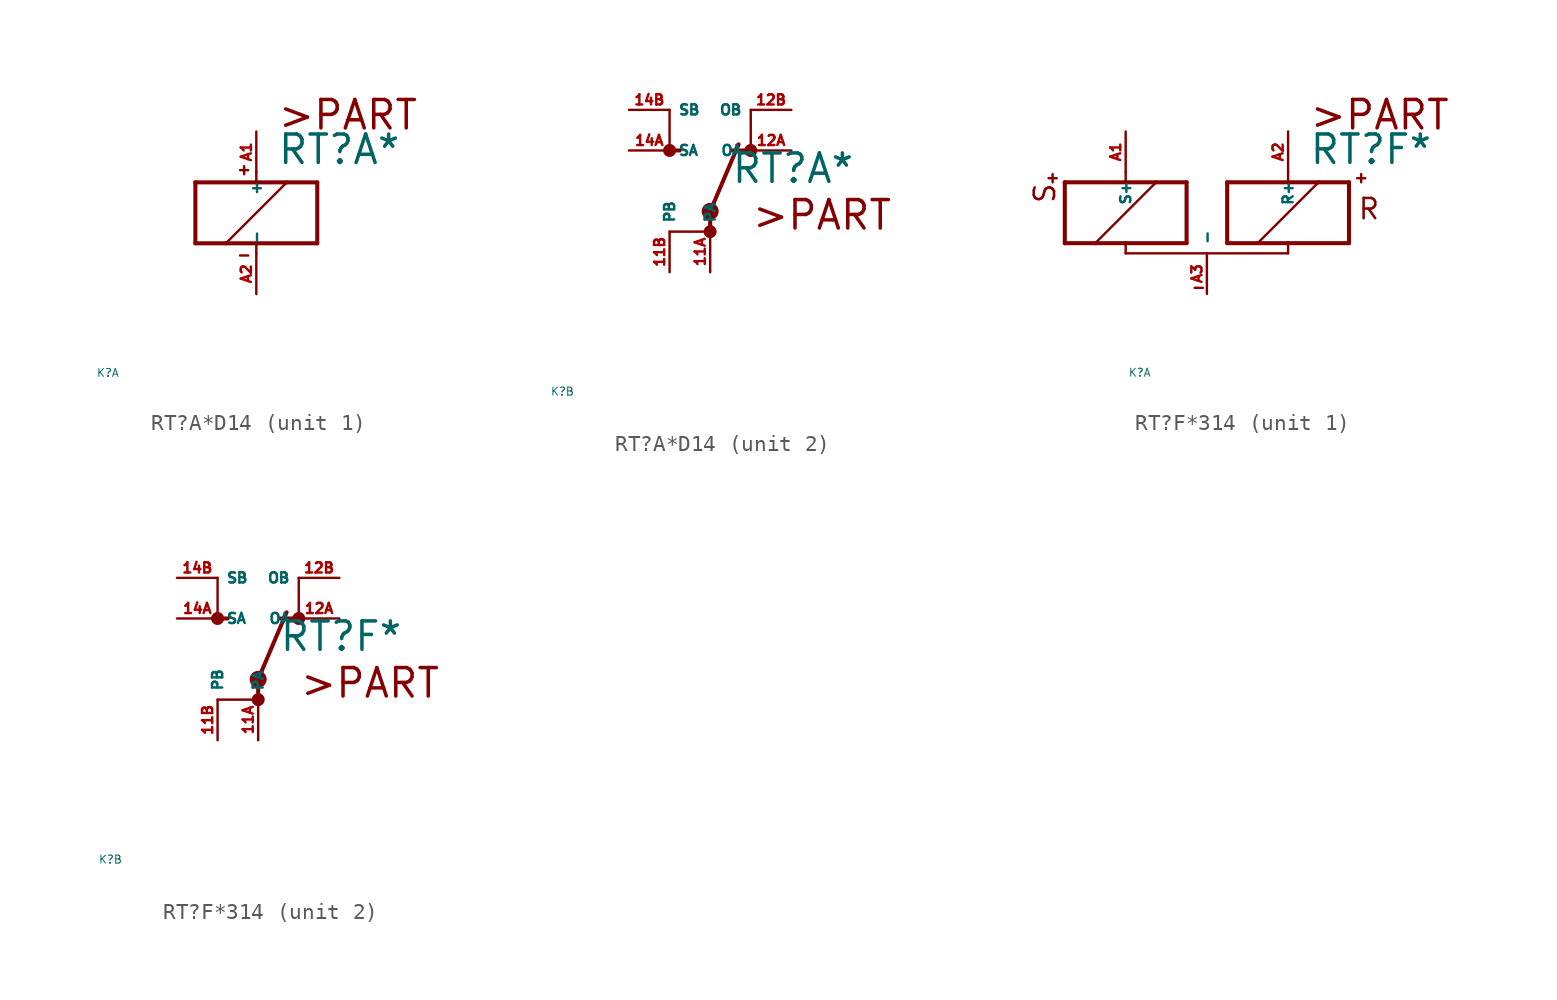
<source format=kicad_sym>
(kicad_symbol_lib
  (version 20220914)
  (generator Eagle2Kicad)
  (symbol "RT?A*D14"
    (property "Reference" "K"
      (at -10 -10 0)
      (effects (font (size 0.5 0.5) (thickness 0.06)) (justify left)))
    (property "Value" "RT?A*"
      (at 1.27 2.921 0)
      (effects (font (size 1.778 1.778) (thickness 0.22)) (justify left bottom)))
    (symbol "RT?A*D14_1_0"
      (polyline (pts (xy -3.81 -1.905) (xy -1.905 -1.905)) (stroke (width 0.254) (type default)) (fill (type none)))
      (polyline (pts (xy 3.81 -1.905) (xy 3.81 1.905)) (stroke (width 0.254) (type default)) (fill (type none)))
      (polyline (pts (xy 3.81 1.905) (xy 1.905 1.905)) (stroke (width 0.254) (type default)) (fill (type none)))
      (polyline (pts (xy -3.81 1.905) (xy -3.81 -1.905)) (stroke (width 0.254) (type default)) (fill (type none)))
      (polyline (pts (xy 0 -2.54) (xy 0 -1.905)) (stroke (width 0.152) (type default)) (fill (type none)))
      (polyline (pts (xy 0 -1.905) (xy 3.81 -1.905)) (stroke (width 0.254) (type default)) (fill (type none)))
      (polyline (pts (xy 0 2.54) (xy 0 1.905)) (stroke (width 0.152) (type default)) (fill (type none)))
      (polyline (pts (xy 0 1.905) (xy -3.81 1.905)) (stroke (width 0.254) (type default)) (fill (type none)))
      (polyline (pts (xy -1.905 -1.905) (xy 1.905 1.905)) (stroke (width 0.152) (type default)) (fill (type none)))
      (polyline (pts (xy -1.905 -1.905) (xy 0 -1.905)) (stroke (width 0.254) (type default)) (fill (type none)))
      (polyline (pts (xy 1.905 1.905) (xy 0 1.905)) (stroke (width 0.254) (type default)) (fill (type none)))
      (polyline (pts (xy -1.016 2.667) (xy -0.508 2.667)) (stroke (width 0.152) (type default)) (fill (type none)))
      (polyline (pts (xy -0.762 2.921) (xy -0.762 2.413)) (stroke (width 0.152) (type default)) (fill (type none)))
      (polyline (pts (xy -1.016 -2.667) (xy -0.508 -2.667)) (stroke (width 0.152) (type default)) (fill (type none)))
      (text ">PART" (at 1.27 5.08 0) (effects (font (size 1.778 1.778) (thickness 0.22)) (justify left bottom)))
      (pin passive line (at 0 -5.08 90) (length 2.54) (name "-" (effects (font (size 0.635 0.635) (thickness 0.08)) (justify left bottom))) (number "A2" (effects (font (size 0.635 0.635) (thickness 0.08)) (justify left bottom))))
      (pin passive line (at 0 5.08 270) (length 2.54) (name "+" (effects (font (size 0.635 0.635) (thickness 0.08)) (justify left bottom))) (number "A1" (effects (font (size 0.635 0.635) (thickness 0.08)) (justify left bottom)))))
    (symbol "RT?A*D14_2_0"
      (polyline (pts (xy 2.413 5.08) (xy 1.397 5.08)) (stroke (width 0.254) (type default)) (fill (type none)))
      (polyline (pts (xy -2.667 5.08) (xy -2.54 5.08)) (stroke (width 0.254) (type default)) (fill (type none)))
      (polyline (pts (xy -2.54 5.08) (xy -1.905 5.08)) (stroke (width 0.254) (type default)) (fill (type none)))
      (polyline (pts (xy 0 1.27) (xy 1.778 5.461)) (stroke (width 0.254) (type default)) (fill (type none)))
      (polyline (pts (xy 0 1.27) (xy 0 0)) (stroke (width 0.254) (type default)) (fill (type none)))
      (polyline (pts (xy -2.54 7.62) (xy -2.54 5.08)) (stroke (width 0.152) (type default)) (fill (type none)))
      (polyline (pts (xy 2.54 7.62) (xy 2.54 5.08)) (stroke (width 0.152) (type default)) (fill (type none)))
      (polyline (pts (xy -2.54 0) (xy 0 0)) (stroke (width 0.152) (type default)) (fill (type none)))
      (text ">PART" (at 2.54 0 0) (effects (font (size 1.778 1.778) (thickness 0.22)) (justify left bottom)))
      (circle (center 0 1.27) (radius 0.127) (stroke (width 0.406) (type default)) (fill (type none)))
      (circle (center -2.54 5.08) (radius 0.254) (stroke (width 0.305) (type default)) (fill (type none)))
      (circle (center 0 0) (radius 0.254) (stroke (width 0.305) (type default)) (fill (type none)))
      (circle (center 2.54 5.08) (radius 0.254) (stroke (width 0.305) (type default)) (fill (type none)))
      (pin passive line (at 5.08 5.08 180) (length 2.54) (name "OA" (effects (font (size 0.635 0.635) (thickness 0.08)) (justify left bottom))) (number "12A" (effects (font (size 0.635 0.635) (thickness 0.08)) (justify left bottom))))
      (pin passive line (at -5.08 5.08 0) (length 2.54) (name "SA" (effects (font (size 0.635 0.635) (thickness 0.08)) (justify left bottom))) (number "14A" (effects (font (size 0.635 0.635) (thickness 0.08)) (justify left bottom))))
      (pin passive line (at 0 -2.54 90) (length 2.54) (name "PA" (effects (font (size 0.635 0.635) (thickness 0.08)) (justify left bottom))) (number "11A" (effects (font (size 0.635 0.635) (thickness 0.08)) (justify left bottom))))
      (pin passive line (at -5.08 7.62 0) (length 2.54) (name "SB" (effects (font (size 0.635 0.635) (thickness 0.08)) (justify left bottom))) (number "14B" (effects (font (size 0.635 0.635) (thickness 0.08)) (justify left bottom))))
      (pin passive line (at 5.08 7.62 180) (length 2.54) (name "OB" (effects (font (size 0.635 0.635) (thickness 0.08)) (justify left bottom))) (number "12B" (effects (font (size 0.635 0.635) (thickness 0.08)) (justify left bottom))))
      (pin passive line (at -2.54 -2.54 90) (length 2.54) (name "PB" (effects (font (size 0.635 0.635) (thickness 0.08)) (justify left bottom))) (number "11B" (effects (font (size 0.635 0.635) (thickness 0.08)) (justify left bottom))))))
  (symbol "RT?F*314"
    (property "Reference" "K"
      (at -10 -10 0)
      (effects (font (size 0.5 0.5) (thickness 0.06)) (justify left)))
    (property "Value" "RT?F*"
      (at 1.27 2.921 0)
      (effects (font (size 1.778 1.778) (thickness 0.22)) (justify left bottom)))
    (symbol "RT?F*314_1_0"
      (polyline (pts (xy -3.81 -1.905) (xy -1.905 -1.905)) (stroke (width 0.254) (type default)) (fill (type none)))
      (polyline (pts (xy 3.81 -1.905) (xy 3.81 1.905)) (stroke (width 0.254) (type default)) (fill (type none)))
      (polyline (pts (xy 3.81 1.905) (xy 1.905 1.905)) (stroke (width 0.254) (type default)) (fill (type none)))
      (polyline (pts (xy -3.81 1.905) (xy -3.81 -1.905)) (stroke (width 0.254) (type default)) (fill (type none)))
      (polyline (pts (xy -5.08 -2.54) (xy 0 -2.54)) (stroke (width 0.152) (type default)) (fill (type none)))
      (polyline (pts (xy 0 -2.54) (xy 0 -1.905)) (stroke (width 0.152) (type default)) (fill (type none)))
      (polyline (pts (xy 0 -1.905) (xy 3.81 -1.905)) (stroke (width 0.254) (type default)) (fill (type none)))
      (polyline (pts (xy 0 2.54) (xy 0 1.905)) (stroke (width 0.152) (type default)) (fill (type none)))
      (polyline (pts (xy 0 1.905) (xy -3.81 1.905)) (stroke (width 0.254) (type default)) (fill (type none)))
      (polyline (pts (xy -1.905 -1.905) (xy 1.905 1.905)) (stroke (width 0.152) (type default)) (fill (type none)))
      (polyline (pts (xy -1.905 -1.905) (xy 0 -1.905)) (stroke (width 0.254) (type default)) (fill (type none)))
      (polyline (pts (xy 1.905 1.905) (xy 0 1.905)) (stroke (width 0.254) (type default)) (fill (type none)))
      (polyline (pts (xy -14.478 2.159) (xy -14.986 2.159)) (stroke (width 0.152) (type default)) (fill (type none)))
      (polyline (pts (xy -14.732 2.413) (xy -14.732 1.905)) (stroke (width 0.152) (type default)) (fill (type none)))
      (polyline (pts (xy -5.842 -4.699) (xy -5.334 -4.699)) (stroke (width 0.152) (type default)) (fill (type none)))
      (polyline (pts (xy -6.35 1.905) (xy -8.255 1.905)) (stroke (width 0.254) (type default)) (fill (type none)))
      (polyline (pts (xy -13.97 1.905) (xy -13.97 -1.905)) (stroke (width 0.254) (type default)) (fill (type none)))
      (polyline (pts (xy -13.97 -1.905) (xy -12.065 -1.905)) (stroke (width 0.254) (type default)) (fill (type none)))
      (polyline (pts (xy -6.35 -1.905) (xy -6.35 1.905)) (stroke (width 0.254) (type default)) (fill (type none)))
      (polyline (pts (xy -10.16 2.54) (xy -10.16 1.905)) (stroke (width 0.152) (type default)) (fill (type none)))
      (polyline (pts (xy -10.16 1.905) (xy -13.97 1.905)) (stroke (width 0.254) (type default)) (fill (type none)))
      (polyline (pts (xy -5.08 -2.54) (xy -10.16 -2.54)) (stroke (width 0.152) (type default)) (fill (type none)))
      (polyline (pts (xy -10.16 -2.54) (xy -10.16 -1.905)) (stroke (width 0.152) (type default)) (fill (type none)))
      (polyline (pts (xy -10.16 -1.905) (xy -6.35 -1.905)) (stroke (width 0.254) (type default)) (fill (type none)))
      (polyline (pts (xy -8.255 1.905) (xy -12.065 -1.905)) (stroke (width 0.152) (type default)) (fill (type none)))
      (polyline (pts (xy -8.255 1.905) (xy -10.16 1.905)) (stroke (width 0.254) (type default)) (fill (type none)))
      (polyline (pts (xy -12.065 -1.905) (xy -10.16 -1.905)) (stroke (width 0.254) (type default)) (fill (type none)))
      (polyline (pts (xy 4.318 2.159) (xy 4.826 2.159)) (stroke (width 0.152) (type default)) (fill (type none)))
      (polyline (pts (xy 4.572 2.413) (xy 4.572 1.905)) (stroke (width 0.152) (type default)) (fill (type none)))
      (text ">PART" (at 1.27 5.08 0) (effects (font (size 1.778 1.778) (thickness 0.22)) (justify left bottom)))
      (text "R" (at 4.318 -0.508 0) (effects (font (size 1.27 1.27) (thickness 0.16)) (justify left bottom)))
      (text "S" (at -14.478 0.508 1800) (effects (font (size 1.27 1.27) (thickness 0.16)) (justify left bottom)))
      (pin passive line (at -5.08 -5.08 90) (length 2.54) (name "-" (effects (font (size 0.635 0.635) (thickness 0.08)) (justify left bottom))) (number "A3" (effects (font (size 0.635 0.635) (thickness 0.08)) (justify left bottom))))
      (pin passive line (at 0 5.08 270) (length 2.54) (name "R+" (effects (font (size 0.635 0.635) (thickness 0.08)) (justify left bottom))) (number "A2" (effects (font (size 0.635 0.635) (thickness 0.08)) (justify left bottom))))
      (pin passive line (at -10.16 5.08 270) (length 2.54) (name "S+" (effects (font (size 0.635 0.635) (thickness 0.08)) (justify left bottom))) (number "A1" (effects (font (size 0.635 0.635) (thickness 0.08)) (justify left bottom)))))
    (symbol "RT?F*314_2_0"
      (polyline (pts (xy 2.413 5.08) (xy 1.397 5.08)) (stroke (width 0.254) (type default)) (fill (type none)))
      (polyline (pts (xy -2.667 5.08) (xy -2.54 5.08)) (stroke (width 0.254) (type default)) (fill (type none)))
      (polyline (pts (xy -2.54 5.08) (xy -1.905 5.08)) (stroke (width 0.254) (type default)) (fill (type none)))
      (polyline (pts (xy 0 1.27) (xy 1.778 5.461)) (stroke (width 0.254) (type default)) (fill (type none)))
      (polyline (pts (xy 0 1.27) (xy 0 0)) (stroke (width 0.254) (type default)) (fill (type none)))
      (polyline (pts (xy -2.54 7.62) (xy -2.54 5.08)) (stroke (width 0.152) (type default)) (fill (type none)))
      (polyline (pts (xy 2.54 7.62) (xy 2.54 5.08)) (stroke (width 0.152) (type default)) (fill (type none)))
      (polyline (pts (xy -2.54 0) (xy 0 0)) (stroke (width 0.152) (type default)) (fill (type none)))
      (text ">PART" (at 2.54 0 0) (effects (font (size 1.778 1.778) (thickness 0.22)) (justify left bottom)))
      (circle (center 0 1.27) (radius 0.127) (stroke (width 0.406) (type default)) (fill (type none)))
      (circle (center -2.54 5.08) (radius 0.254) (stroke (width 0.305) (type default)) (fill (type none)))
      (circle (center 0 0) (radius 0.254) (stroke (width 0.305) (type default)) (fill (type none)))
      (circle (center 2.54 5.08) (radius 0.254) (stroke (width 0.305) (type default)) (fill (type none)))
      (pin passive line (at 5.08 5.08 180) (length 2.54) (name "OA" (effects (font (size 0.635 0.635) (thickness 0.08)) (justify left bottom))) (number "12A" (effects (font (size 0.635 0.635) (thickness 0.08)) (justify left bottom))))
      (pin passive line (at -5.08 5.08 0) (length 2.54) (name "SA" (effects (font (size 0.635 0.635) (thickness 0.08)) (justify left bottom))) (number "14A" (effects (font (size 0.635 0.635) (thickness 0.08)) (justify left bottom))))
      (pin passive line (at 0 -2.54 90) (length 2.54) (name "PA" (effects (font (size 0.635 0.635) (thickness 0.08)) (justify left bottom))) (number "11A" (effects (font (size 0.635 0.635) (thickness 0.08)) (justify left bottom))))
      (pin passive line (at -5.08 7.62 0) (length 2.54) (name "SB" (effects (font (size 0.635 0.635) (thickness 0.08)) (justify left bottom))) (number "14B" (effects (font (size 0.635 0.635) (thickness 0.08)) (justify left bottom))))
      (pin passive line (at 5.08 7.62 180) (length 2.54) (name "OB" (effects (font (size 0.635 0.635) (thickness 0.08)) (justify left bottom))) (number "12B" (effects (font (size 0.635 0.635) (thickness 0.08)) (justify left bottom))))
      (pin passive line (at -2.54 -2.54 90) (length 2.54) (name "PB" (effects (font (size 0.635 0.635) (thickness 0.08)) (justify left bottom))) (number "11B" (effects (font (size 0.635 0.635) (thickness 0.08)) (justify left bottom)))))))
</source>
